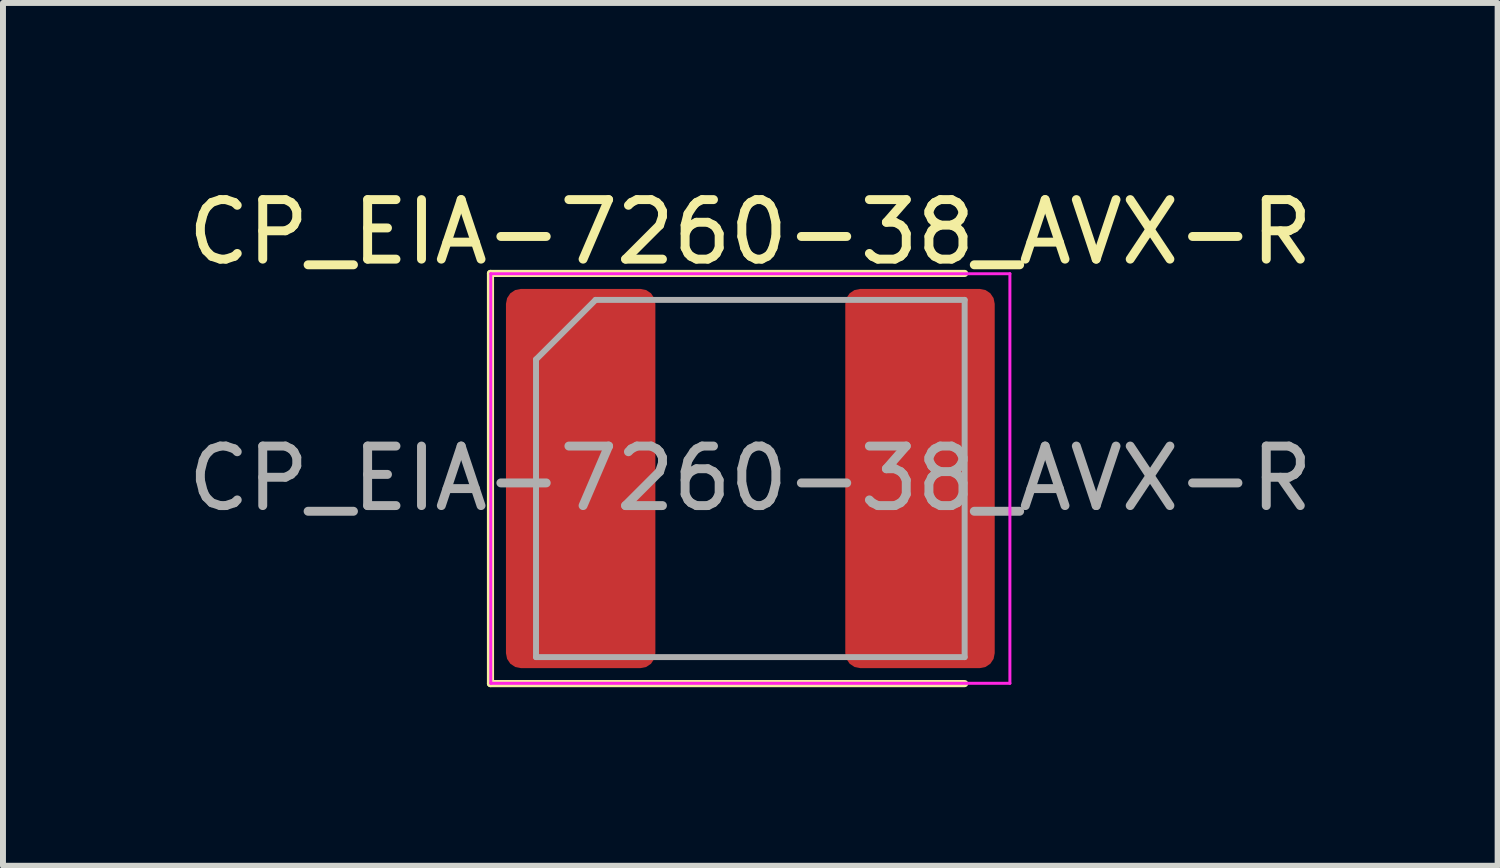
<source format=kicad_pcb>
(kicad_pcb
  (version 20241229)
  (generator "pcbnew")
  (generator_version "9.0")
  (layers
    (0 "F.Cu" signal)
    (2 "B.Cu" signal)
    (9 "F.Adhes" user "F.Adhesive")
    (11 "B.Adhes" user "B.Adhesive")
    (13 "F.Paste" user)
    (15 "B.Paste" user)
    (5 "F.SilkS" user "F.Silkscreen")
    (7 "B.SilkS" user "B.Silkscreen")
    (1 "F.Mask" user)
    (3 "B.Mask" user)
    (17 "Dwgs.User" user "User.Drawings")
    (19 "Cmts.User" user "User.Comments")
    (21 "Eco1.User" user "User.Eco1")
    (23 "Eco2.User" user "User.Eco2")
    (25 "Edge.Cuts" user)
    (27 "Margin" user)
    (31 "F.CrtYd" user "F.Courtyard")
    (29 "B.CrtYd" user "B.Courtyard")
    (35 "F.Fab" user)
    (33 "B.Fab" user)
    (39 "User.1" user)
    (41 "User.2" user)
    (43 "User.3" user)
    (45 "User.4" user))
  (footprint "CP_EIA-7260-38_AVX-R"
    (layer "F.Cu")
    (at 9.554 4.988)
    (property "Reference" "CP_EIA-7260-38_AVX-R" (at 0 -4.14 0) (layer "F.SilkS") (effects (font (size 1 1) (thickness 0.15))))
    (attr smd)
    (fp_line (start -4.365 -3.445) (end -4.365 3.445) (stroke (width 0.12) (type solid)) (layer "F.SilkS"))
    (fp_line (start -4.365 3.445) (end 3.6 3.445) (stroke (width 0.12) (type solid)) (layer "F.SilkS"))
    (fp_line (start 3.6 -3.445) (end -4.365 -3.445) (stroke (width 0.12) (type solid)) (layer "F.SilkS"))
    (fp_line (start -4.36 -3.44) (end 4.36 -3.44) (stroke (width 0.05) (type solid)) (layer "F.CrtYd"))
    (fp_line (start -4.36 3.44) (end -4.36 -3.44) (stroke (width 0.05) (type solid)) (layer "F.CrtYd"))
    (fp_line (start 4.36 -3.44) (end 4.36 3.44) (stroke (width 0.05) (type solid)) (layer "F.CrtYd"))
    (fp_line (start 4.36 3.44) (end -4.36 3.44) (stroke (width 0.05) (type solid)) (layer "F.CrtYd"))
    (fp_line (start -3.6 -2) (end -3.6 3) (stroke (width 0.1) (type solid)) (layer "F.Fab"))
    (fp_line (start -3.6 3) (end 3.6 3) (stroke (width 0.1) (type solid)) (layer "F.Fab"))
    (fp_line (start -2.6 -3) (end -3.6 -2) (stroke (width 0.1) (type solid)) (layer "F.Fab"))
    (fp_line (start 3.6 -3) (end -2.6 -3) (stroke (width 0.1) (type solid)) (layer "F.Fab"))
    (fp_line (start 3.6 3) (end 3.6 -3) (stroke (width 0.1) (type solid)) (layer "F.Fab"))
    (fp_text user "${REFERENCE}" (at 0 0 0) (layer "F.Fab") (effects (font (size 1 1) (thickness 0.15))))
    (pad "1" smd roundrect (at -2.85 0) (size 2.51 6.37) (layers "F.Cu" "F.Mask" "F.Paste") (roundrect_rratio 0.1))
    (pad "2" smd roundrect (at 2.85 0) (size 2.51 6.37) (layers "F.Cu" "F.Mask" "F.Paste") (roundrect_rratio 0.1)))
  (gr_rect
    (start -3 -3)
    (end 22.107 11.493)
    (stroke (width 0.1) (type default))
    (fill no)
    (layer "Edge.Cuts")))
</source>
